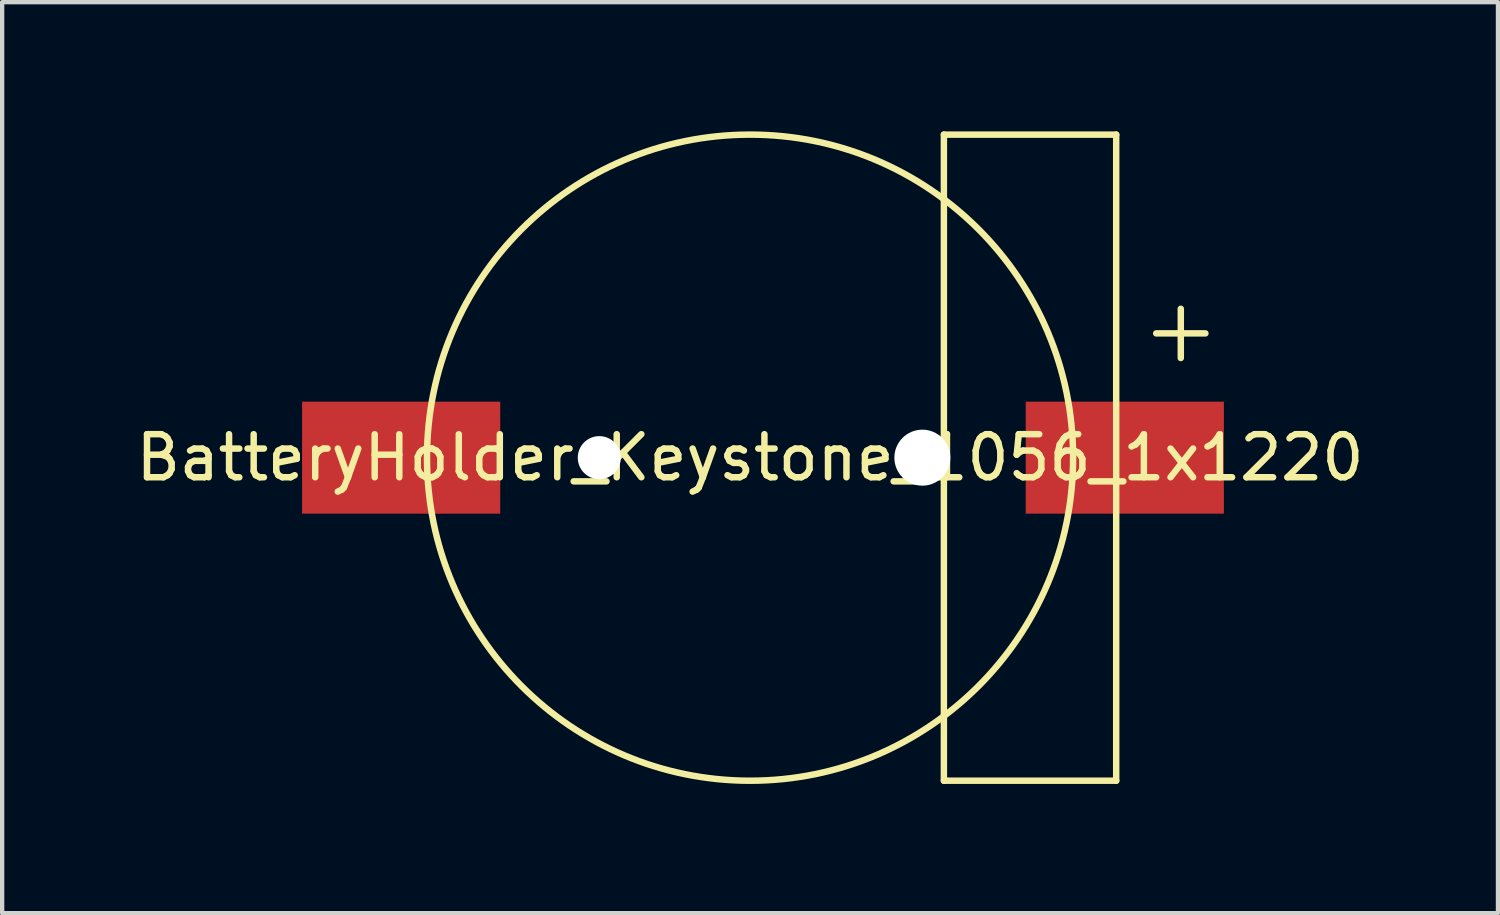
<source format=kicad_pcb>
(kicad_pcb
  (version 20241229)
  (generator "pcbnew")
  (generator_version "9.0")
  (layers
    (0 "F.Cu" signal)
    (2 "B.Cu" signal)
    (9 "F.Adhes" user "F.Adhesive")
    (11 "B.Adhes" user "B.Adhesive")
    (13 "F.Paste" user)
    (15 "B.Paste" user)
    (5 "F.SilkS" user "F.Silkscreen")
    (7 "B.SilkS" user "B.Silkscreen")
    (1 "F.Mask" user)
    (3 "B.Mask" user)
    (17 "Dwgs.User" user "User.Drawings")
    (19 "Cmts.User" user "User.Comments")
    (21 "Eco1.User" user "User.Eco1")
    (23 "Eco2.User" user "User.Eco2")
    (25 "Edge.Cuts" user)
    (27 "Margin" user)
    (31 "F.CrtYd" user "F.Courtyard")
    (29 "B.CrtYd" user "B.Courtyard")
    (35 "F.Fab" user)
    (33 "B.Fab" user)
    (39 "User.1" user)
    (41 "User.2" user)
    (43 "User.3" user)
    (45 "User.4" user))
  (footprint "BatteryHolder_Keystone_1056_1x1220"
    (layer "F.Cu")
    (at 14.363 7.575)
    (property "Reference" "BatteryHolder_Keystone_1056_1x1220" (at 0 0 0) (layer "F.SilkS") (effects (font (size 1 1) (thickness 0.15))))
    (attr through_hole)
    (fp_line (start 4.5 -7.5) (end 8.5 -7.5) (stroke (width 0.15) (type solid)) (layer "F.SilkS"))
    (fp_line (start 4.5 7.5) (end 4.5 -7.5) (stroke (width 0.15) (type solid)) (layer "F.SilkS"))
    (fp_line (start 8.5 -7.5) (end 8.5 7.5) (stroke (width 0.15) (type solid)) (layer "F.SilkS"))
    (fp_line (start 8.5 7.5) (end 4.5 7.5) (stroke (width 0.15) (type solid)) (layer "F.SilkS"))
    (fp_circle (center 0 0) (end 7.5 0) (stroke (width 0.15) (type solid)) (fill no) (layer "F.SilkS"))
    (fp_text user "+" (at 10 -3 0) (layer "F.SilkS") (effects (font (size 1.5 1.5) (thickness 0.15))))
    (pad "" np_thru_hole circle (at -3.5 0) (size 1 1) (drill 1) (layers "*.Cu" "*.Mask"))
    (pad "" np_thru_hole circle (at 4 0) (size 1.3 1.3) (drill 1.3) (layers "*.Cu" "*.Mask"))
    (pad "1" smd rect (at 8.7 0) (size 4.6 2.6) (layers "F.Cu" "F.Mask" "F.Paste"))
    (pad "2" smd rect (at -8.1 0) (size 4.6 2.6) (layers "F.Cu" "F.Mask" "F.Paste")))
  (gr_rect
    (start -3 -3)
    (end 31.726 18.15)
    (stroke (width 0.1) (type default))
    (fill no)
    (layer "Edge.Cuts")))
</source>
